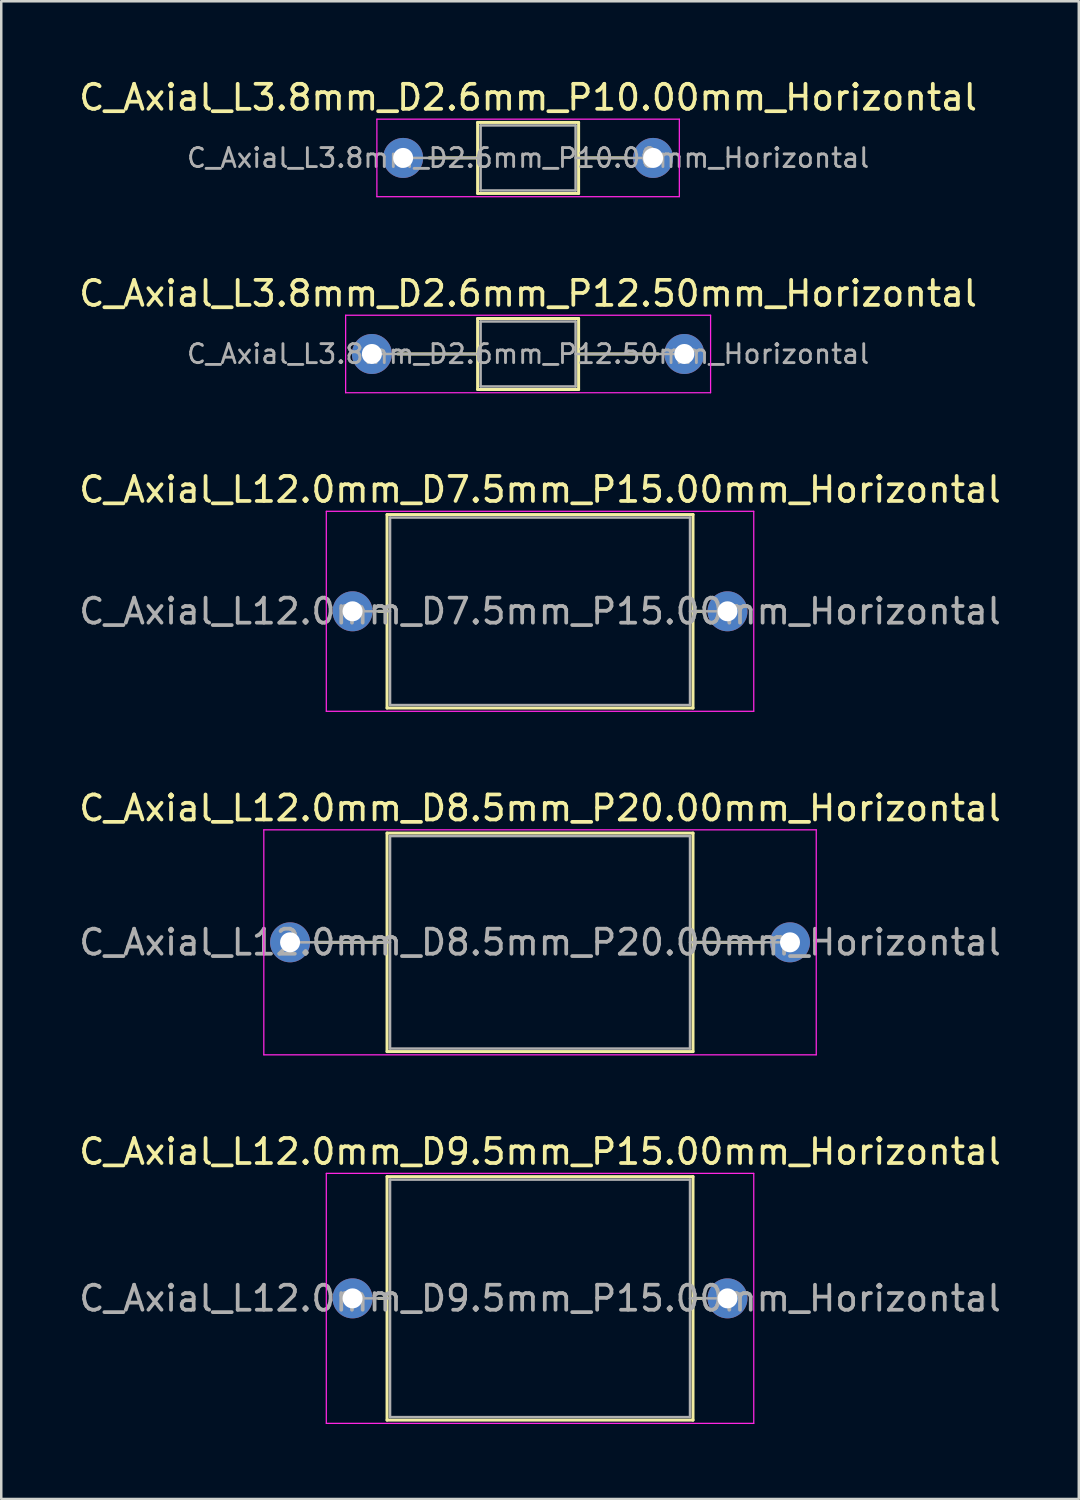
<source format=kicad_pcb>
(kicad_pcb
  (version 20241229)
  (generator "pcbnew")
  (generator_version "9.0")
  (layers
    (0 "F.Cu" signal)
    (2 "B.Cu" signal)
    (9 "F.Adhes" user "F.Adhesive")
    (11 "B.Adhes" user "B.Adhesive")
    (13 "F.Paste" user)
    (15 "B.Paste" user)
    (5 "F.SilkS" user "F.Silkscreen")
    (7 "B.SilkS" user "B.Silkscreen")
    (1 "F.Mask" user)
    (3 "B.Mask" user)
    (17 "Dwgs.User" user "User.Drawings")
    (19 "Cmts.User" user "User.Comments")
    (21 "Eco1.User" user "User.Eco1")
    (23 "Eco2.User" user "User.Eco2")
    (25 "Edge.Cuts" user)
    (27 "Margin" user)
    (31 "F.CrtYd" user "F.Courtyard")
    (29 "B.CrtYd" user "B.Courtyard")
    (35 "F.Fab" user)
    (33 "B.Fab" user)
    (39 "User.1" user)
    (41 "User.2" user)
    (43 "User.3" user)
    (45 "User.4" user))
  (footprint "C_Axial_L3.8mm_D2.6mm_P12.50mm_Horizontal"
    (layer "F.Cu")
    (at 11.827 11.111)
    (property "Reference" "C_Axial_L3.8mm_D2.6mm_P12.50mm_Horizontal" (at 6.25 -2.42 0) (layer "F.SilkS") (effects (font (size 1 1) (thickness 0.15))))
    (attr through_hole)
    (fp_line (start 1.04 0) (end 4.23 0) (stroke (width 0.12) (type solid)) (layer "F.SilkS"))
    (fp_line (start 4.23 -1.42) (end 4.23 1.42) (stroke (width 0.12) (type solid)) (layer "F.SilkS"))
    (fp_line (start 4.23 1.42) (end 8.27 1.42) (stroke (width 0.12) (type solid)) (layer "F.SilkS"))
    (fp_line (start 8.27 -1.42) (end 4.23 -1.42) (stroke (width 0.12) (type solid)) (layer "F.SilkS"))
    (fp_line (start 8.27 1.42) (end 8.27 -1.42) (stroke (width 0.12) (type solid)) (layer "F.SilkS"))
    (fp_line (start 11.46 0) (end 8.27 0) (stroke (width 0.12) (type solid)) (layer "F.SilkS"))
    (fp_line (start -1.05 -1.55) (end -1.05 1.55) (stroke (width 0.05) (type solid)) (layer "F.CrtYd"))
    (fp_line (start -1.05 1.55) (end 13.55 1.55) (stroke (width 0.05) (type solid)) (layer "F.CrtYd"))
    (fp_line (start 13.55 -1.55) (end -1.05 -1.55) (stroke (width 0.05) (type solid)) (layer "F.CrtYd"))
    (fp_line (start 13.55 1.55) (end 13.55 -1.55) (stroke (width 0.05) (type solid)) (layer "F.CrtYd"))
    (fp_line (start 0 0) (end 4.35 0) (stroke (width 0.1) (type solid)) (layer "F.Fab"))
    (fp_line (start 4.35 -1.3) (end 4.35 1.3) (stroke (width 0.1) (type solid)) (layer "F.Fab"))
    (fp_line (start 4.35 1.3) (end 8.15 1.3) (stroke (width 0.1) (type solid)) (layer "F.Fab"))
    (fp_line (start 8.15 -1.3) (end 4.35 -1.3) (stroke (width 0.1) (type solid)) (layer "F.Fab"))
    (fp_line (start 8.15 1.3) (end 8.15 -1.3) (stroke (width 0.1) (type solid)) (layer "F.Fab"))
    (fp_line (start 12.5 0) (end 8.15 0) (stroke (width 0.1) (type solid)) (layer "F.Fab"))
    (fp_text user "${REFERENCE}" (at 6.25 0 0) (layer "F.Fab") (effects (font (size 0.76 0.76) (thickness 0.114))))
    (pad "1" thru_hole circle (at 0 0) (size 1.6 1.6) (drill 0.8) (layers "*.Cu" "*.Mask"))
    (pad "2" thru_hole oval (at 12.5 0) (size 1.6 1.6) (drill 0.8) (layers "*.Cu" "*.Mask")))
  (footprint "C_Axial_L12.0mm_D9.5mm_P15.00mm_Horizontal"
    (layer "F.Cu")
    (at 11.054 48.891)
    (property "Reference" "C_Axial_L12.0mm_D9.5mm_P15.00mm_Horizontal" (at 7.5 -5.87 0) (layer "F.SilkS") (effects (font (size 1 1) (thickness 0.15))))
    (attr through_hole)
    (fp_line (start 1.04 0) (end 1.38 0) (stroke (width 0.12) (type solid)) (layer "F.SilkS"))
    (fp_line (start 1.38 -4.87) (end 1.38 4.87) (stroke (width 0.12) (type solid)) (layer "F.SilkS"))
    (fp_line (start 1.38 4.87) (end 13.62 4.87) (stroke (width 0.12) (type solid)) (layer "F.SilkS"))
    (fp_line (start 13.62 -4.87) (end 1.38 -4.87) (stroke (width 0.12) (type solid)) (layer "F.SilkS"))
    (fp_line (start 13.62 4.87) (end 13.62 -4.87) (stroke (width 0.12) (type solid)) (layer "F.SilkS"))
    (fp_line (start 13.96 0) (end 13.62 0) (stroke (width 0.12) (type solid)) (layer "F.SilkS"))
    (fp_line (start -1.05 -5) (end -1.05 5) (stroke (width 0.05) (type solid)) (layer "F.CrtYd"))
    (fp_line (start -1.05 5) (end 16.05 5) (stroke (width 0.05) (type solid)) (layer "F.CrtYd"))
    (fp_line (start 16.05 -5) (end -1.05 -5) (stroke (width 0.05) (type solid)) (layer "F.CrtYd"))
    (fp_line (start 16.05 5) (end 16.05 -5) (stroke (width 0.05) (type solid)) (layer "F.CrtYd"))
    (fp_line (start 0 0) (end 1.5 0) (stroke (width 0.1) (type solid)) (layer "F.Fab"))
    (fp_line (start 1.5 -4.75) (end 1.5 4.75) (stroke (width 0.1) (type solid)) (layer "F.Fab"))
    (fp_line (start 1.5 4.75) (end 13.5 4.75) (stroke (width 0.1) (type solid)) (layer "F.Fab"))
    (fp_line (start 13.5 -4.75) (end 1.5 -4.75) (stroke (width 0.1) (type solid)) (layer "F.Fab"))
    (fp_line (start 13.5 4.75) (end 13.5 -4.75) (stroke (width 0.1) (type solid)) (layer "F.Fab"))
    (fp_line (start 15 0) (end 13.5 0) (stroke (width 0.1) (type solid)) (layer "F.Fab"))
    (fp_text user "${REFERENCE}" (at 7.5 0 0) (layer "F.Fab") (effects (font (size 1 1) (thickness 0.15))))
    (pad "1" thru_hole circle (at 0 0) (size 1.6 1.6) (drill 0.8) (layers "*.Cu" "*.Mask"))
    (pad "2" thru_hole oval (at 15 0) (size 1.6 1.6) (drill 0.8) (layers "*.Cu" "*.Mask")))
  (footprint "C_Axial_L12.0mm_D7.5mm_P15.00mm_Horizontal"
    (layer "F.Cu")
    (at 11.054 21.405)
    (property "Reference" "C_Axial_L12.0mm_D7.5mm_P15.00mm_Horizontal" (at 7.5 -4.87 0) (layer "F.SilkS") (effects (font (size 1 1) (thickness 0.15))))
    (attr through_hole)
    (fp_line (start 1.04 0) (end 1.38 0) (stroke (width 0.12) (type solid)) (layer "F.SilkS"))
    (fp_line (start 1.38 -3.87) (end 1.38 3.87) (stroke (width 0.12) (type solid)) (layer "F.SilkS"))
    (fp_line (start 1.38 3.87) (end 13.62 3.87) (stroke (width 0.12) (type solid)) (layer "F.SilkS"))
    (fp_line (start 13.62 -3.87) (end 1.38 -3.87) (stroke (width 0.12) (type solid)) (layer "F.SilkS"))
    (fp_line (start 13.62 3.87) (end 13.62 -3.87) (stroke (width 0.12) (type solid)) (layer "F.SilkS"))
    (fp_line (start 13.96 0) (end 13.62 0) (stroke (width 0.12) (type solid)) (layer "F.SilkS"))
    (fp_line (start -1.05 -4) (end -1.05 4) (stroke (width 0.05) (type solid)) (layer "F.CrtYd"))
    (fp_line (start -1.05 4) (end 16.05 4) (stroke (width 0.05) (type solid)) (layer "F.CrtYd"))
    (fp_line (start 16.05 -4) (end -1.05 -4) (stroke (width 0.05) (type solid)) (layer "F.CrtYd"))
    (fp_line (start 16.05 4) (end 16.05 -4) (stroke (width 0.05) (type solid)) (layer "F.CrtYd"))
    (fp_line (start 0 0) (end 1.5 0) (stroke (width 0.1) (type solid)) (layer "F.Fab"))
    (fp_line (start 1.5 -3.75) (end 1.5 3.75) (stroke (width 0.1) (type solid)) (layer "F.Fab"))
    (fp_line (start 1.5 3.75) (end 13.5 3.75) (stroke (width 0.1) (type solid)) (layer "F.Fab"))
    (fp_line (start 13.5 -3.75) (end 1.5 -3.75) (stroke (width 0.1) (type solid)) (layer "F.Fab"))
    (fp_line (start 13.5 3.75) (end 13.5 -3.75) (stroke (width 0.1) (type solid)) (layer "F.Fab"))
    (fp_line (start 15 0) (end 13.5 0) (stroke (width 0.1) (type solid)) (layer "F.Fab"))
    (fp_text user "${REFERENCE}" (at 7.5 0 0) (layer "F.Fab") (effects (font (size 1 1) (thickness 0.15))))
    (pad "1" thru_hole circle (at 0 0) (size 1.6 1.6) (drill 0.8) (layers "*.Cu" "*.Mask"))
    (pad "2" thru_hole oval (at 15 0) (size 1.6 1.6) (drill 0.8) (layers "*.Cu" "*.Mask")))
  (footprint "C_Axial_L12.0mm_D8.5mm_P20.00mm_Horizontal"
    (layer "F.Cu")
    (at 8.554 34.648)
    (property "Reference" "C_Axial_L12.0mm_D8.5mm_P20.00mm_Horizontal" (at 10 -5.37 0) (layer "F.SilkS") (effects (font (size 1 1) (thickness 0.15))))
    (attr through_hole)
    (fp_line (start 1.04 0) (end 3.88 0) (stroke (width 0.12) (type solid)) (layer "F.SilkS"))
    (fp_line (start 3.88 -4.37) (end 3.88 4.37) (stroke (width 0.12) (type solid)) (layer "F.SilkS"))
    (fp_line (start 3.88 4.37) (end 16.12 4.37) (stroke (width 0.12) (type solid)) (layer "F.SilkS"))
    (fp_line (start 16.12 -4.37) (end 3.88 -4.37) (stroke (width 0.12) (type solid)) (layer "F.SilkS"))
    (fp_line (start 16.12 4.37) (end 16.12 -4.37) (stroke (width 0.12) (type solid)) (layer "F.SilkS"))
    (fp_line (start 18.96 0) (end 16.12 0) (stroke (width 0.12) (type solid)) (layer "F.SilkS"))
    (fp_line (start -1.05 -4.5) (end -1.05 4.5) (stroke (width 0.05) (type solid)) (layer "F.CrtYd"))
    (fp_line (start -1.05 4.5) (end 21.05 4.5) (stroke (width 0.05) (type solid)) (layer "F.CrtYd"))
    (fp_line (start 21.05 -4.5) (end -1.05 -4.5) (stroke (width 0.05) (type solid)) (layer "F.CrtYd"))
    (fp_line (start 21.05 4.5) (end 21.05 -4.5) (stroke (width 0.05) (type solid)) (layer "F.CrtYd"))
    (fp_line (start 0 0) (end 4 0) (stroke (width 0.1) (type solid)) (layer "F.Fab"))
    (fp_line (start 4 -4.25) (end 4 4.25) (stroke (width 0.1) (type solid)) (layer "F.Fab"))
    (fp_line (start 4 4.25) (end 16 4.25) (stroke (width 0.1) (type solid)) (layer "F.Fab"))
    (fp_line (start 16 -4.25) (end 4 -4.25) (stroke (width 0.1) (type solid)) (layer "F.Fab"))
    (fp_line (start 16 4.25) (end 16 -4.25) (stroke (width 0.1) (type solid)) (layer "F.Fab"))
    (fp_line (start 20 0) (end 16 0) (stroke (width 0.1) (type solid)) (layer "F.Fab"))
    (fp_text user "${REFERENCE}" (at 10 0 0) (layer "F.Fab") (effects (font (size 1 1) (thickness 0.15))))
    (pad "1" thru_hole circle (at 0 0) (size 1.6 1.6) (drill 0.8) (layers "*.Cu" "*.Mask"))
    (pad "2" thru_hole oval (at 20 0) (size 1.6 1.6) (drill 0.8) (layers "*.Cu" "*.Mask")))
  (footprint "C_Axial_L3.8mm_D2.6mm_P10.00mm_Horizontal"
    (layer "F.Cu")
    (at 13.077 3.268)
    (property "Reference" "C_Axial_L3.8mm_D2.6mm_P10.00mm_Horizontal" (at 5 -2.42 0) (layer "F.SilkS") (effects (font (size 1 1) (thickness 0.15))))
    (attr through_hole)
    (fp_line (start 1.04 0) (end 2.98 0) (stroke (width 0.12) (type solid)) (layer "F.SilkS"))
    (fp_line (start 2.98 -1.42) (end 2.98 1.42) (stroke (width 0.12) (type solid)) (layer "F.SilkS"))
    (fp_line (start 2.98 1.42) (end 7.02 1.42) (stroke (width 0.12) (type solid)) (layer "F.SilkS"))
    (fp_line (start 7.02 -1.42) (end 2.98 -1.42) (stroke (width 0.12) (type solid)) (layer "F.SilkS"))
    (fp_line (start 7.02 1.42) (end 7.02 -1.42) (stroke (width 0.12) (type solid)) (layer "F.SilkS"))
    (fp_line (start 8.96 0) (end 7.02 0) (stroke (width 0.12) (type solid)) (layer "F.SilkS"))
    (fp_line (start -1.05 -1.55) (end -1.05 1.55) (stroke (width 0.05) (type solid)) (layer "F.CrtYd"))
    (fp_line (start -1.05 1.55) (end 11.05 1.55) (stroke (width 0.05) (type solid)) (layer "F.CrtYd"))
    (fp_line (start 11.05 -1.55) (end -1.05 -1.55) (stroke (width 0.05) (type solid)) (layer "F.CrtYd"))
    (fp_line (start 11.05 1.55) (end 11.05 -1.55) (stroke (width 0.05) (type solid)) (layer "F.CrtYd"))
    (fp_line (start 0 0) (end 3.1 0) (stroke (width 0.1) (type solid)) (layer "F.Fab"))
    (fp_line (start 3.1 -1.3) (end 3.1 1.3) (stroke (width 0.1) (type solid)) (layer "F.Fab"))
    (fp_line (start 3.1 1.3) (end 6.9 1.3) (stroke (width 0.1) (type solid)) (layer "F.Fab"))
    (fp_line (start 6.9 -1.3) (end 3.1 -1.3) (stroke (width 0.1) (type solid)) (layer "F.Fab"))
    (fp_line (start 6.9 1.3) (end 6.9 -1.3) (stroke (width 0.1) (type solid)) (layer "F.Fab"))
    (fp_line (start 10 0) (end 6.9 0) (stroke (width 0.1) (type solid)) (layer "F.Fab"))
    (fp_text user "${REFERENCE}" (at 5 0 0) (layer "F.Fab") (effects (font (size 0.76 0.76) (thickness 0.114))))
    (pad "1" thru_hole circle (at 0 0) (size 1.6 1.6) (drill 0.8) (layers "*.Cu" "*.Mask"))
    (pad "2" thru_hole oval (at 10 0) (size 1.6 1.6) (drill 0.8) (layers "*.Cu" "*.Mask")))
  (gr_rect
    (start -3 -3)
    (end 40.107 56.916)
    (stroke (width 0.1) (type default))
    (fill no)
    (layer "Edge.Cuts")))
</source>
